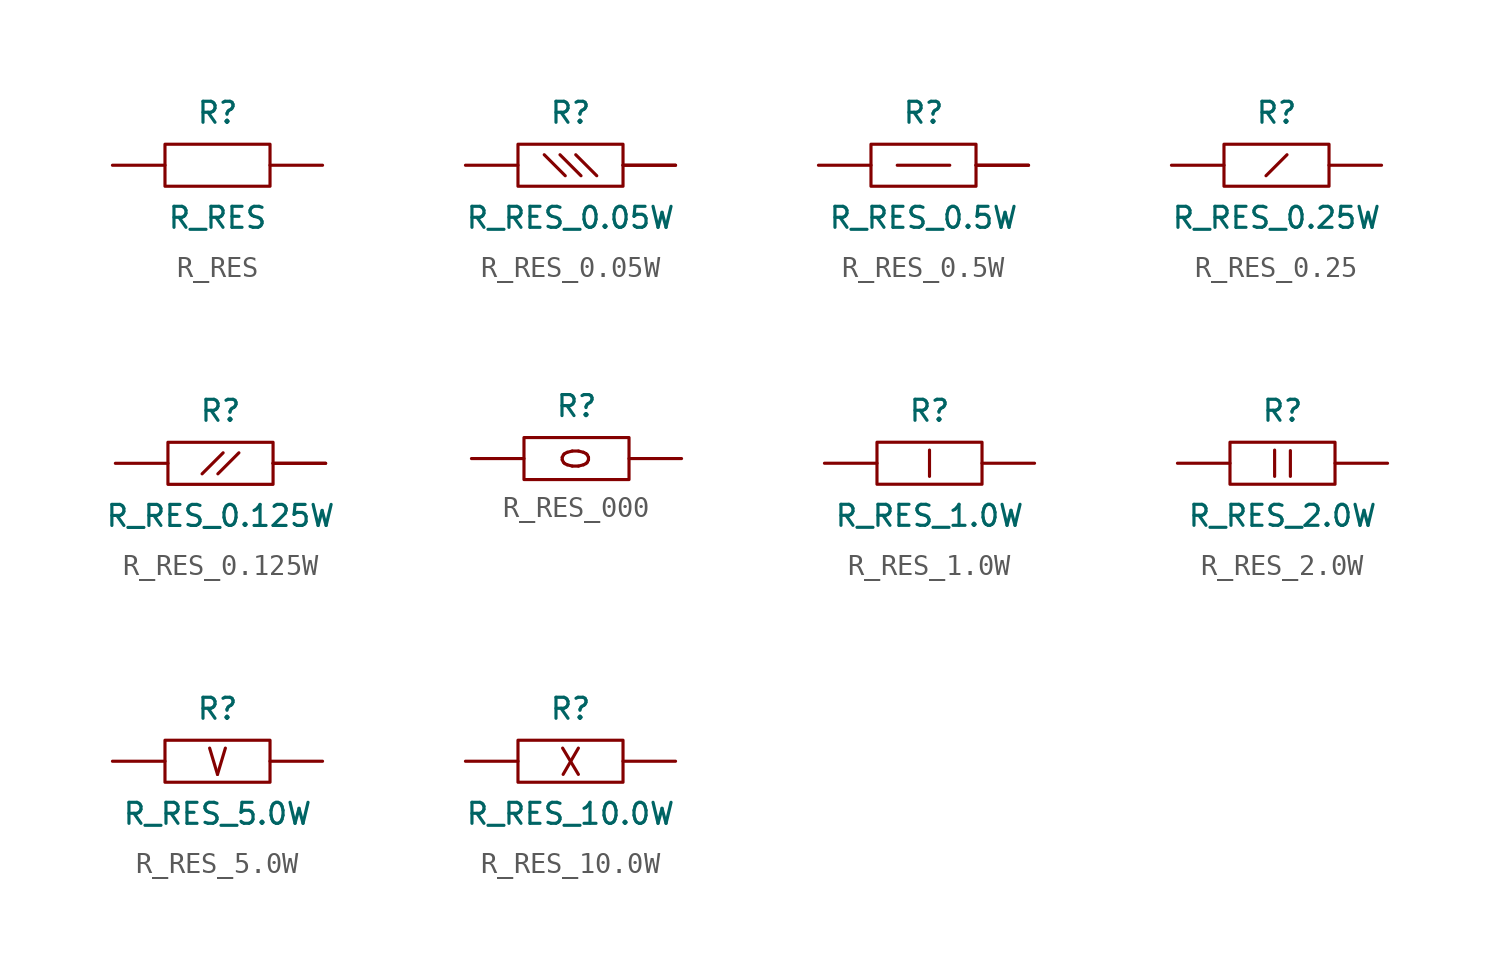
<source format=kicad_sym>
(kicad_symbol_lib
  (version 20231120)
  (generator "kicad_symbol_editor")
  (generator_version "8.0")
  (symbol "R_RES"
    (pin_numbers hide)
    (pin_names
      (offset 0) hide)
    (property "Reference" "R"
      (at 0 2.54 0)
      (effects (font (size 1.016 1.016))))
    (property "Value" "R_RES"
      (at 0 -2.54 0)
      (effects (font (size 1.016 1.016))))
    (symbol "R_RES_0_1"
      (rectangle (start -2.54 1.016) (end 2.54 -1.016) (stroke (width 0) (type default)) (fill (type none))))
    (symbol "R_RES_1_1"
      (pin passive line (at -5.08 0 0) (length 2.54) (name "~" (effects (font (size 1.016 1.016)))) (number "1" (effects (font (size 1.016 1.016)))))
      (pin passive line (at 5.08 0 180) (length 2.54) (name "~" (effects (font (size 1.016 1.016)))) (number "2" (effects (font (size 1.016 1.016)))))))
  (symbol "R_RES_0.05W"
    (pin_numbers hide)
    (pin_names
      (offset 0) hide)
    (property "Reference" "R"
      (at 0 2.54 0)
      (effects (font (size 1.016 1.016))))
    (property "Value" "R_RES_0.05W"
      (at 0 -2.54 0)
      (effects (font (size 1.016 1.016))))
    (symbol "R_RES_0.05W_1_0"
      (rectangle (start -2.54 1.016) (end 2.54 -1.016) (stroke (width 0) (type default)) (fill (type none)))
      (polyline (pts (xy 2.54 0) (xy 5.08 0)) (stroke (width 0) (type default)) (fill (type none))))
    (symbol "R_RES_0.05W_1_1"
      (polyline (pts (xy -1.27 0.508) (xy -0.254 -0.508)) (stroke (width 0) (type default)) (fill (type none)))
      (polyline (pts (xy -0.508 0.508) (xy 0.508 -0.508)) (stroke (width 0) (type default)) (fill (type none)))
      (polyline (pts (xy 0.254 0.508) (xy 1.27 -0.508)) (stroke (width 0) (type default)) (fill (type none)))
      (pin passive line (at -5.08 0 0) (length 2.54) (name "~" (effects (font (size 1.016 1.016)))) (number "1" (effects (font (size 1.016 1.016)))))
      (pin passive line (at 5.08 0 180) (length 2.54) (name "~" (effects (font (size 1.016 1.016)))) (number "2" (effects (font (size 1.016 1.016)))))))
  (symbol "R_RES_0.5W"
    (pin_numbers hide)
    (pin_names
      (offset 0) hide)
    (property "Reference" "R"
      (at 0 2.54 0)
      (effects (font (size 1.016 1.016))))
    (property "Value" "R_RES_0.5W"
      (at 0 -2.54 0)
      (effects (font (size 1.016 1.016))))
    (symbol "R_RES_0.5W_1_0"
      (rectangle (start -2.54 1.016) (end 2.54 -1.016) (stroke (width 0) (type default)) (fill (type none)))
      (polyline (pts (xy 2.54 0) (xy 5.08 0)) (stroke (width 0) (type default)) (fill (type none))))
    (symbol "R_RES_0.5W_1_1"
      (polyline (pts (xy -1.27 0) (xy 1.27 0)) (stroke (width 0) (type default)) (fill (type none)))
      (pin passive line (at -5.08 0 0) (length 2.54) (name "~" (effects (font (size 0.94 0.94)))) (number "1" (effects (font (size 0.94 0.94)))))
      (pin passive line (at 5.08 0 180) (length 2.54) (name "~" (effects (font (size 0.94 0.94)))) (number "2" (effects (font (size 0.94 0.94)))))))
  (symbol "R_RES_0.25"
    (pin_numbers hide)
    (pin_names
      (offset 0) hide)
    (property "Reference" "R"
      (at 0 2.54 0)
      (effects (font (size 1.016 1.016))))
    (property "Value" "R_RES_0.25W"
      (at 0 -2.54 0)
      (effects (font (size 1.016 1.016))))
    (symbol "R_RES_0.25_1_0"
      (rectangle (start -2.54 1.016) (end 2.54 -1.016) (stroke (width 0) (type default)) (fill (type none))))
    (symbol "R_RES_0.25_1_1"
      (polyline (pts (xy -0.508 -0.508) (xy 0.508 0.508)) (stroke (width 0) (type default)) (fill (type none)))
      (pin passive line (at -5.08 0 0) (length 2.54) (name "~" (effects (font (size 1.016 1.016)))) (number "1" (effects (font (size 1.016 1.016)))))
      (pin passive line (at 5.08 0 180) (length 2.54) (name "~" (effects (font (size 1.016 1.016)))) (number "2" (effects (font (size 1.016 1.016)))))))
  (symbol "R_RES_0.125W"
    (pin_numbers hide)
    (pin_names
      (offset 0) hide)
    (property "Reference" "R"
      (at 0 2.54 0)
      (effects (font (size 1.016 1.016))))
    (property "Value" "R_RES_0.125W"
      (at 0 -2.54 0)
      (effects (font (size 1.016 1.016))))
    (symbol "R_RES_0.125W_1_0"
      (rectangle (start -2.54 1.016) (end 2.54 -1.016) (stroke (width 0) (type default)) (fill (type none)))
      (polyline (pts (xy 2.54 0) (xy 5.08 0)) (stroke (width 0) (type default)) (fill (type none))))
    (symbol "R_RES_0.125W_1_1"
      (polyline (pts (xy 0.127 0.508) (xy -0.889 -0.508)) (stroke (width 0) (type default)) (fill (type none)))
      (polyline (pts (xy 0.889 0.508) (xy -0.127 -0.508)) (stroke (width 0) (type default)) (fill (type none)))
      (pin passive line (at -5.08 0 0) (length 2.54) (name "~" (effects (font (size 1.016 1.016)))) (number "1" (effects (font (size 1.016 1.016)))))
      (pin passive line (at 5.08 0 180) (length 2.54) (name "~" (effects (font (size 1.016 1.016)))) (number "2" (effects (font (size 1.016 1.016)))))))
  (symbol "R_RES_000"
    (pin_numbers hide)
    (pin_names
      (offset 0) hide)
    (property "Reference" "R"
      (at 0 2.54 0)
      (effects (font (size 1.016 1.016))))
    (symbol "R_RES_000_1_0"
      (rectangle (start -2.54 1.016) (end 2.54 -1.016) (stroke (width 0) (type default)) (fill (type none)))
      (polyline (pts (xy 2.54 0) (xy 5.08 0)) (stroke (width 0.025) (type default)) (fill (type none))))
    (symbol "R_RES_000_1_1"
      (text "0" (at 0 0 900) (effects (font (size 1.27 1.27))))
      (pin passive line (at -5.08 0 0) (length 2.54) (name "~" (effects (font (size 1.016 1.016)))) (number "1" (effects (font (size 1.016 1.016)))))
      (pin passive line (at 5.08 0 180) (length 2.54) (name "~" (effects (font (size 1.016 1.016)))) (number "2" (effects (font (size 1.016 1.016)))))))
  (symbol "R_RES_1.0W"
    (pin_numbers hide)
    (pin_names
      (offset 0) hide)
    (property "Reference" "R"
      (at 0 2.54 0)
      (effects (font (size 1.016 1.016))))
    (property "Value" "R_RES_1.0W"
      (at 0 -2.54 0)
      (effects (font (size 1.016 1.016))))
    (symbol "R_RES_1.0W_1_0"
      (rectangle (start -2.54 1.016) (end 2.54 -1.016) (stroke (width 0) (type default)) (fill (type none))))
    (symbol "R_RES_1.0W_1_1"
      (polyline (pts (xy 0 0.635) (xy 0 -0.635)) (stroke (width 0) (type default)) (fill (type none)))
      (pin passive line (at -5.08 0 0) (length 2.54) (name "~" (effects (font (size 1.016 1.016)))) (number "1" (effects (font (size 1.016 1.016)))))
      (pin passive line (at 5.08 0 180) (length 2.54) (name "~" (effects (font (size 1.016 1.016)))) (number "2" (effects (font (size 1.016 1.016)))))))
  (symbol "R_RES_2.0W"
    (pin_numbers hide)
    (pin_names
      (offset 0) hide)
    (property "Reference" "R"
      (at 0 2.54 0)
      (effects (font (size 1.016 1.016))))
    (property "Value" "R_RES_2.0W"
      (at 0 -2.54 0)
      (effects (font (size 1.016 1.016))))
    (symbol "R_RES_2.0W_1_0"
      (rectangle (start -2.54 1.016) (end 2.54 -1.016) (stroke (width 0) (type default)) (fill (type none))))
    (symbol "R_RES_2.0W_1_1"
      (polyline (pts (xy -0.381 0.635) (xy -0.381 -0.635)) (stroke (width 0) (type default)) (fill (type none)))
      (polyline (pts (xy 0.381 0.61) (xy 0.381 -0.635)) (stroke (width 0) (type default)) (fill (type none)))
      (pin passive line (at -5.08 0 0) (length 2.54) (name "~" (effects (font (size 1.016 1.016)))) (number "1" (effects (font (size 1.016 1.016)))))
      (pin passive line (at 5.08 0 180) (length 2.54) (name "~" (effects (font (size 1.016 1.016)))) (number "2" (effects (font (size 1.016 1.016)))))))
  (symbol "R_RES_5.0W"
    (pin_numbers hide)
    (pin_names
      (offset 0) hide)
    (property "Reference" "R"
      (at 0 2.54 0)
      (effects (font (size 1.016 1.016))))
    (property "Value" "R_RES_5.0W"
      (at 0 -2.54 0)
      (effects (font (size 1.016 1.016))))
    (symbol "R_RES_5.0W_1_0"
      (rectangle (start -2.54 1.016) (end 2.54 -1.016) (stroke (width 0) (type default)) (fill (type none))))
    (symbol "R_RES_5.0W_1_1"
      (polyline (pts (xy -0.381 0.635) (xy 0 -0.635)) (stroke (width 0) (type default)) (fill (type none)))
      (polyline (pts (xy 0.381 0.635) (xy 0 -0.635)) (stroke (width 0) (type default)) (fill (type none)))
      (pin passive line (at -5.08 0 0) (length 2.54) (name "~" (effects (font (size 1.016 1.016)))) (number "1" (effects (font (size 1.016 1.016)))))
      (pin passive line (at 5.08 0 180) (length 2.54) (name "~" (effects (font (size 1.016 1.016)))) (number "2" (effects (font (size 1.016 1.016)))))))
  (symbol "R_RES_10.0W"
    (pin_numbers hide)
    (pin_names
      (offset 0) hide)
    (property "Reference" "R"
      (at 0 2.54 0)
      (effects (font (size 1.016 1.016))))
    (property "Value" "R_RES_10.0W"
      (at 0 -2.54 0)
      (effects (font (size 1.016 1.016))))
    (symbol "R_RES_10.0W_1_0"
      (rectangle (start -2.54 1.016) (end 2.54 -1.016) (stroke (width 0) (type default)) (fill (type none))))
    (symbol "R_RES_10.0W_1_1"
      (polyline (pts (xy -0.381 0.635) (xy 0.381 -0.635)) (stroke (width 0) (type default)) (fill (type none)))
      (polyline (pts (xy 0.381 0.635) (xy -0.356 -0.635)) (stroke (width 0) (type default)) (fill (type none)))
      (pin passive line (at -5.08 0 0) (length 2.54) (name "~" (effects (font (size 1.016 1.016)))) (number "1" (effects (font (size 1.016 1.016)))))
      (pin passive line (at 5.08 0 180) (length 2.54) (name "~" (effects (font (size 1.016 1.016)))) (number "2" (effects (font (size 1.016 1.016))))))))
</source>
